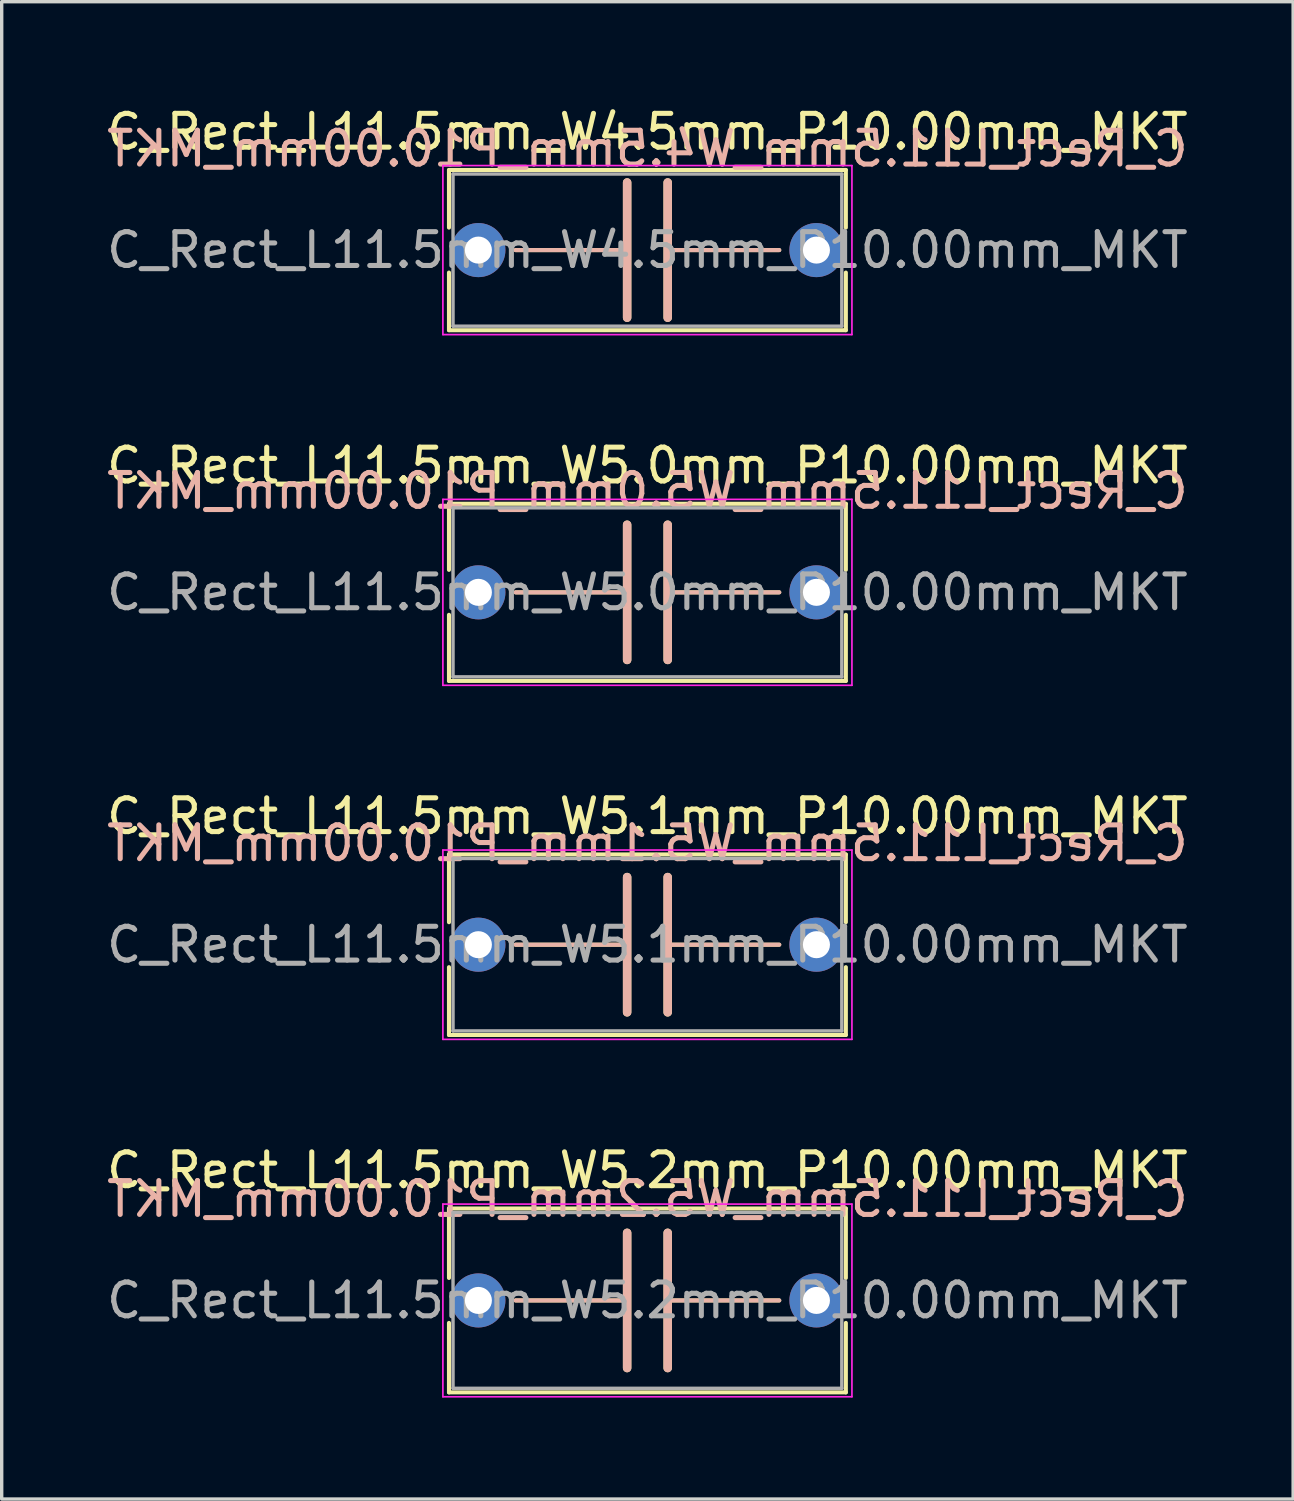
<source format=kicad_pcb>
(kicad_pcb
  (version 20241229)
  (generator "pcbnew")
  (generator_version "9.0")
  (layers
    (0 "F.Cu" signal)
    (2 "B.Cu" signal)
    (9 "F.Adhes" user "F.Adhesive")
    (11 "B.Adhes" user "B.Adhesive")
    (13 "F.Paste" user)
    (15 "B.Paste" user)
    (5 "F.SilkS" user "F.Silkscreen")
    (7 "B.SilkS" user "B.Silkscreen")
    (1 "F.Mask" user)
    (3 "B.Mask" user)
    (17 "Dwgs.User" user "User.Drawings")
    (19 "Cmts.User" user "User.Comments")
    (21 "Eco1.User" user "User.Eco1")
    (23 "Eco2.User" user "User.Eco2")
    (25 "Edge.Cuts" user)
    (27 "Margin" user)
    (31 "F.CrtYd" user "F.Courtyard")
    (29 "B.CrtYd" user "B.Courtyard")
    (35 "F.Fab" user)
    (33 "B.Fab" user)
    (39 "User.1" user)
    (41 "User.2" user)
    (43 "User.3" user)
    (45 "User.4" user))
  (footprint "C_Rect_L11.5mm_W5.2mm_P10.00mm_MKT"
    (layer "F.Cu")
    (at 11.101 35.418)
    (property "Reference" "C_Rect_L11.5mm_W5.2mm_P10.00mm_MKT" (at 5 -3.85 0) (layer "F.SilkS") (effects (font (size 1 1) (thickness 0.15))))
    (fp_line (start -0.87 -2.72) (end -0.87 -0.665) (stroke (width 0.12) (type solid)) (layer "F.SilkS"))
    (fp_line (start -0.87 -2.72) (end 10.87 -2.72) (stroke (width 0.12) (type solid)) (layer "F.SilkS"))
    (fp_line (start -0.87 0.665) (end -0.87 2.72) (stroke (width 0.12) (type solid)) (layer "F.SilkS"))
    (fp_line (start -0.87 2.72) (end 10.87 2.72) (stroke (width 0.12) (type solid)) (layer "F.SilkS"))
    (fp_line (start 1.1 0) (end 4.4 0) (stroke (width 0.12) (type solid)) (layer "F.SilkS"))
    (fp_line (start 4.4 2) (end 4.4 -2) (stroke (width 0.25) (type solid)) (layer "F.SilkS"))
    (fp_line (start 5.6 2) (end 5.6 -2) (stroke (width 0.25) (type solid)) (layer "F.SilkS"))
    (fp_line (start 8.9 0) (end 5.6 0) (stroke (width 0.12) (type solid)) (layer "F.SilkS"))
    (fp_line (start 10.87 -2.72) (end 10.87 -0.665) (stroke (width 0.12) (type solid)) (layer "F.SilkS"))
    (fp_line (start 10.87 0.665) (end 10.87 2.72) (stroke (width 0.12) (type solid)) (layer "F.SilkS"))
    (fp_line (start 1.1 0) (end 4.4 0) (stroke (width 0.12) (type solid)) (layer "B.SilkS"))
    (fp_line (start 4.4 -2) (end 4.4 2) (stroke (width 0.25) (type solid)) (layer "B.SilkS"))
    (fp_line (start 5.6 -2) (end 5.6 2) (stroke (width 0.25) (type solid)) (layer "B.SilkS"))
    (fp_line (start 8.9 0) (end 5.6 0) (stroke (width 0.12) (type solid)) (layer "B.SilkS"))
    (fp_line (start -1.05 -2.85) (end -1.05 2.85) (stroke (width 0.05) (type solid)) (layer "F.CrtYd"))
    (fp_line (start -1.05 2.85) (end 11.05 2.85) (stroke (width 0.05) (type solid)) (layer "F.CrtYd"))
    (fp_line (start 11.05 -2.85) (end -1.05 -2.85) (stroke (width 0.05) (type solid)) (layer "F.CrtYd"))
    (fp_line (start 11.05 2.85) (end 11.05 -2.85) (stroke (width 0.05) (type solid)) (layer "F.CrtYd"))
    (fp_line (start -0.75 -2.6) (end -0.75 2.6) (stroke (width 0.1) (type solid)) (layer "F.Fab"))
    (fp_line (start -0.75 2.6) (end 10.75 2.6) (stroke (width 0.1) (type solid)) (layer "F.Fab"))
    (fp_line (start 10.75 -2.6) (end -0.75 -2.6) (stroke (width 0.1) (type solid)) (layer "F.Fab"))
    (fp_line (start 10.75 2.6) (end 10.75 -2.6) (stroke (width 0.1) (type solid)) (layer "F.Fab"))
    (fp_text user "${REFERENCE}" (at 5 -3 0) (layer "B.SilkS") (effects (font (size 1 1) (thickness 0.15)) (justify mirror)))
    (fp_text user "${REFERENCE}" (at 5 0 0) (layer "F.Fab") (effects (font (size 1 1) (thickness 0.15))))
    (pad "1" thru_hole circle (at 0 0) (size 1.6 1.6) (drill 0.8) (layers "*.Cu" "*.Mask"))
    (pad "2" thru_hole circle (at 10 0) (size 1.6 1.6) (drill 0.8) (layers "*.Cu" "*.Mask")))
  (footprint "C_Rect_L11.5mm_W5.1mm_P10.00mm_MKT"
    (layer "F.Cu")
    (at 11.101 24.895)
    (property "Reference" "C_Rect_L11.5mm_W5.1mm_P10.00mm_MKT" (at 5 -3.8 0) (layer "F.SilkS") (effects (font (size 1 1) (thickness 0.15))))
    (fp_line (start -0.87 -2.67) (end -0.87 -0.665) (stroke (width 0.12) (type solid)) (layer "F.SilkS"))
    (fp_line (start -0.87 -2.67) (end 10.87 -2.67) (stroke (width 0.12) (type solid)) (layer "F.SilkS"))
    (fp_line (start -0.87 0.665) (end -0.87 2.67) (stroke (width 0.12) (type solid)) (layer "F.SilkS"))
    (fp_line (start -0.87 2.67) (end 10.87 2.67) (stroke (width 0.12) (type solid)) (layer "F.SilkS"))
    (fp_line (start 1.1 0) (end 4.4 0) (stroke (width 0.12) (type solid)) (layer "F.SilkS"))
    (fp_line (start 4.4 2) (end 4.4 -2) (stroke (width 0.25) (type solid)) (layer "F.SilkS"))
    (fp_line (start 5.6 2) (end 5.6 -2) (stroke (width 0.25) (type solid)) (layer "F.SilkS"))
    (fp_line (start 8.9 0) (end 5.6 0) (stroke (width 0.12) (type solid)) (layer "F.SilkS"))
    (fp_line (start 10.87 -2.67) (end 10.87 -0.665) (stroke (width 0.12) (type solid)) (layer "F.SilkS"))
    (fp_line (start 10.87 0.665) (end 10.87 2.67) (stroke (width 0.12) (type solid)) (layer "F.SilkS"))
    (fp_line (start 1.1 0) (end 4.4 0) (stroke (width 0.12) (type solid)) (layer "B.SilkS"))
    (fp_line (start 4.4 -2) (end 4.4 2) (stroke (width 0.25) (type solid)) (layer "B.SilkS"))
    (fp_line (start 5.6 -2) (end 5.6 2) (stroke (width 0.25) (type solid)) (layer "B.SilkS"))
    (fp_line (start 8.9 0) (end 5.6 0) (stroke (width 0.12) (type solid)) (layer "B.SilkS"))
    (fp_line (start -1.05 -2.8) (end -1.05 2.8) (stroke (width 0.05) (type solid)) (layer "F.CrtYd"))
    (fp_line (start -1.05 2.8) (end 11.05 2.8) (stroke (width 0.05) (type solid)) (layer "F.CrtYd"))
    (fp_line (start 11.05 -2.8) (end -1.05 -2.8) (stroke (width 0.05) (type solid)) (layer "F.CrtYd"))
    (fp_line (start 11.05 2.8) (end 11.05 -2.8) (stroke (width 0.05) (type solid)) (layer "F.CrtYd"))
    (fp_line (start -0.75 -2.55) (end -0.75 2.55) (stroke (width 0.1) (type solid)) (layer "F.Fab"))
    (fp_line (start -0.75 2.55) (end 10.75 2.55) (stroke (width 0.1) (type solid)) (layer "F.Fab"))
    (fp_line (start 10.75 -2.55) (end -0.75 -2.55) (stroke (width 0.1) (type solid)) (layer "F.Fab"))
    (fp_line (start 10.75 2.55) (end 10.75 -2.55) (stroke (width 0.1) (type solid)) (layer "F.Fab"))
    (fp_text user "${REFERENCE}" (at 5 -3 0) (layer "B.SilkS") (effects (font (size 1 1) (thickness 0.15)) (justify mirror)))
    (fp_text user "${REFERENCE}" (at 5 0 0) (layer "F.Fab") (effects (font (size 1 1) (thickness 0.15))))
    (pad "1" thru_hole circle (at 0 0) (size 1.6 1.6) (drill 0.8) (layers "*.Cu" "*.Mask"))
    (pad "2" thru_hole circle (at 10 0) (size 1.6 1.6) (drill 0.8) (layers "*.Cu" "*.Mask")))
  (footprint "C_Rect_L11.5mm_W5.0mm_P10.00mm_MKT"
    (layer "F.Cu")
    (at 11.101 14.472)
    (property "Reference" "C_Rect_L11.5mm_W5.0mm_P10.00mm_MKT" (at 5 -3.75 0) (layer "F.SilkS") (effects (font (size 1 1) (thickness 0.15))))
    (fp_line (start -0.87 -2.62) (end -0.87 -0.665) (stroke (width 0.12) (type solid)) (layer "F.SilkS"))
    (fp_line (start -0.87 -2.62) (end 10.87 -2.62) (stroke (width 0.12) (type solid)) (layer "F.SilkS"))
    (fp_line (start -0.87 0.665) (end -0.87 2.62) (stroke (width 0.12) (type solid)) (layer "F.SilkS"))
    (fp_line (start -0.87 2.62) (end 10.87 2.62) (stroke (width 0.12) (type solid)) (layer "F.SilkS"))
    (fp_line (start 1.1 0) (end 4.4 0) (stroke (width 0.12) (type solid)) (layer "F.SilkS"))
    (fp_line (start 4.4 2) (end 4.4 -2) (stroke (width 0.25) (type solid)) (layer "F.SilkS"))
    (fp_line (start 5.6 2) (end 5.6 -2) (stroke (width 0.25) (type solid)) (layer "F.SilkS"))
    (fp_line (start 8.9 0) (end 5.6 0) (stroke (width 0.12) (type solid)) (layer "F.SilkS"))
    (fp_line (start 10.87 -2.62) (end 10.87 -0.665) (stroke (width 0.12) (type solid)) (layer "F.SilkS"))
    (fp_line (start 10.87 0.665) (end 10.87 2.62) (stroke (width 0.12) (type solid)) (layer "F.SilkS"))
    (fp_line (start 1.1 0) (end 4.4 0) (stroke (width 0.12) (type solid)) (layer "B.SilkS"))
    (fp_line (start 4.4 -2) (end 4.4 2) (stroke (width 0.25) (type solid)) (layer "B.SilkS"))
    (fp_line (start 5.6 -2) (end 5.6 2) (stroke (width 0.25) (type solid)) (layer "B.SilkS"))
    (fp_line (start 8.9 0) (end 5.6 0) (stroke (width 0.12) (type solid)) (layer "B.SilkS"))
    (fp_line (start -1.05 -2.75) (end -1.05 2.75) (stroke (width 0.05) (type solid)) (layer "F.CrtYd"))
    (fp_line (start -1.05 2.75) (end 11.05 2.75) (stroke (width 0.05) (type solid)) (layer "F.CrtYd"))
    (fp_line (start 11.05 -2.75) (end -1.05 -2.75) (stroke (width 0.05) (type solid)) (layer "F.CrtYd"))
    (fp_line (start 11.05 2.75) (end 11.05 -2.75) (stroke (width 0.05) (type solid)) (layer "F.CrtYd"))
    (fp_line (start -0.75 -2.5) (end -0.75 2.5) (stroke (width 0.1) (type solid)) (layer "F.Fab"))
    (fp_line (start -0.75 2.5) (end 10.75 2.5) (stroke (width 0.1) (type solid)) (layer "F.Fab"))
    (fp_line (start 10.75 -2.5) (end -0.75 -2.5) (stroke (width 0.1) (type solid)) (layer "F.Fab"))
    (fp_line (start 10.75 2.5) (end 10.75 -2.5) (stroke (width 0.1) (type solid)) (layer "F.Fab"))
    (fp_text user "${REFERENCE}" (at 5 -3 0) (layer "B.SilkS") (effects (font (size 1 1) (thickness 0.15)) (justify mirror)))
    (fp_text user "${REFERENCE}" (at 5 0 0) (layer "F.Fab") (effects (font (size 1 1) (thickness 0.15))))
    (pad "1" thru_hole circle (at 0 0) (size 1.6 1.6) (drill 0.8) (layers "*.Cu" "*.Mask"))
    (pad "2" thru_hole circle (at 10 0) (size 1.6 1.6) (drill 0.8) (layers "*.Cu" "*.Mask")))
  (footprint "C_Rect_L11.5mm_W4.5mm_P10.00mm_MKT"
    (layer "F.Cu")
    (at 11.101 4.348)
    (property "Reference" "C_Rect_L11.5mm_W4.5mm_P10.00mm_MKT" (at 5 -3.5 0) (layer "F.SilkS") (effects (font (size 1 1) (thickness 0.15))))
    (fp_line (start -0.87 -2.37) (end -0.87 -0.665) (stroke (width 0.12) (type solid)) (layer "F.SilkS"))
    (fp_line (start -0.87 -2.37) (end 10.87 -2.37) (stroke (width 0.12) (type solid)) (layer "F.SilkS"))
    (fp_line (start -0.87 0.665) (end -0.87 2.37) (stroke (width 0.12) (type solid)) (layer "F.SilkS"))
    (fp_line (start -0.87 2.37) (end 10.87 2.37) (stroke (width 0.12) (type solid)) (layer "F.SilkS"))
    (fp_line (start 1.1 0) (end 4.4 0) (stroke (width 0.12) (type solid)) (layer "F.SilkS"))
    (fp_line (start 4.4 2) (end 4.4 -2) (stroke (width 0.25) (type solid)) (layer "F.SilkS"))
    (fp_line (start 5.6 2) (end 5.6 -2) (stroke (width 0.25) (type solid)) (layer "F.SilkS"))
    (fp_line (start 8.9 0) (end 5.6 0) (stroke (width 0.12) (type solid)) (layer "F.SilkS"))
    (fp_line (start 10.87 -2.37) (end 10.87 -0.665) (stroke (width 0.12) (type solid)) (layer "F.SilkS"))
    (fp_line (start 10.87 0.665) (end 10.87 2.37) (stroke (width 0.12) (type solid)) (layer "F.SilkS"))
    (fp_line (start 1.1 0) (end 4.4 0) (stroke (width 0.12) (type solid)) (layer "B.SilkS"))
    (fp_line (start 4.4 -2) (end 4.4 2) (stroke (width 0.25) (type solid)) (layer "B.SilkS"))
    (fp_line (start 5.6 -2) (end 5.6 2) (stroke (width 0.25) (type solid)) (layer "B.SilkS"))
    (fp_line (start 8.9 0) (end 5.6 0) (stroke (width 0.12) (type solid)) (layer "B.SilkS"))
    (fp_line (start -1.05 -2.5) (end -1.05 2.5) (stroke (width 0.05) (type solid)) (layer "F.CrtYd"))
    (fp_line (start -1.05 2.5) (end 11.05 2.5) (stroke (width 0.05) (type solid)) (layer "F.CrtYd"))
    (fp_line (start 11.05 -2.5) (end -1.05 -2.5) (stroke (width 0.05) (type solid)) (layer "F.CrtYd"))
    (fp_line (start 11.05 2.5) (end 11.05 -2.5) (stroke (width 0.05) (type solid)) (layer "F.CrtYd"))
    (fp_line (start -0.75 -2.25) (end -0.75 2.25) (stroke (width 0.1) (type solid)) (layer "F.Fab"))
    (fp_line (start -0.75 2.25) (end 10.75 2.25) (stroke (width 0.1) (type solid)) (layer "F.Fab"))
    (fp_line (start 10.75 -2.25) (end -0.75 -2.25) (stroke (width 0.1) (type solid)) (layer "F.Fab"))
    (fp_line (start 10.75 2.25) (end 10.75 -2.25) (stroke (width 0.1) (type solid)) (layer "F.Fab"))
    (fp_text user "${REFERENCE}" (at 5 -3 0) (layer "B.SilkS") (effects (font (size 1 1) (thickness 0.15)) (justify mirror)))
    (fp_text user "${REFERENCE}" (at 5 0 0) (layer "F.Fab") (effects (font (size 1 1) (thickness 0.15))))
    (pad "1" thru_hole circle (at 0 0) (size 1.6 1.6) (drill 0.8) (layers "*.Cu" "*.Mask"))
    (pad "2" thru_hole circle (at 10 0) (size 1.6 1.6) (drill 0.8) (layers "*.Cu" "*.Mask")))
  (gr_rect
    (start -3 -3)
    (end 35.202 41.293)
    (stroke (width 0.1) (type default))
    (fill no)
    (layer "Edge.Cuts")))
</source>
